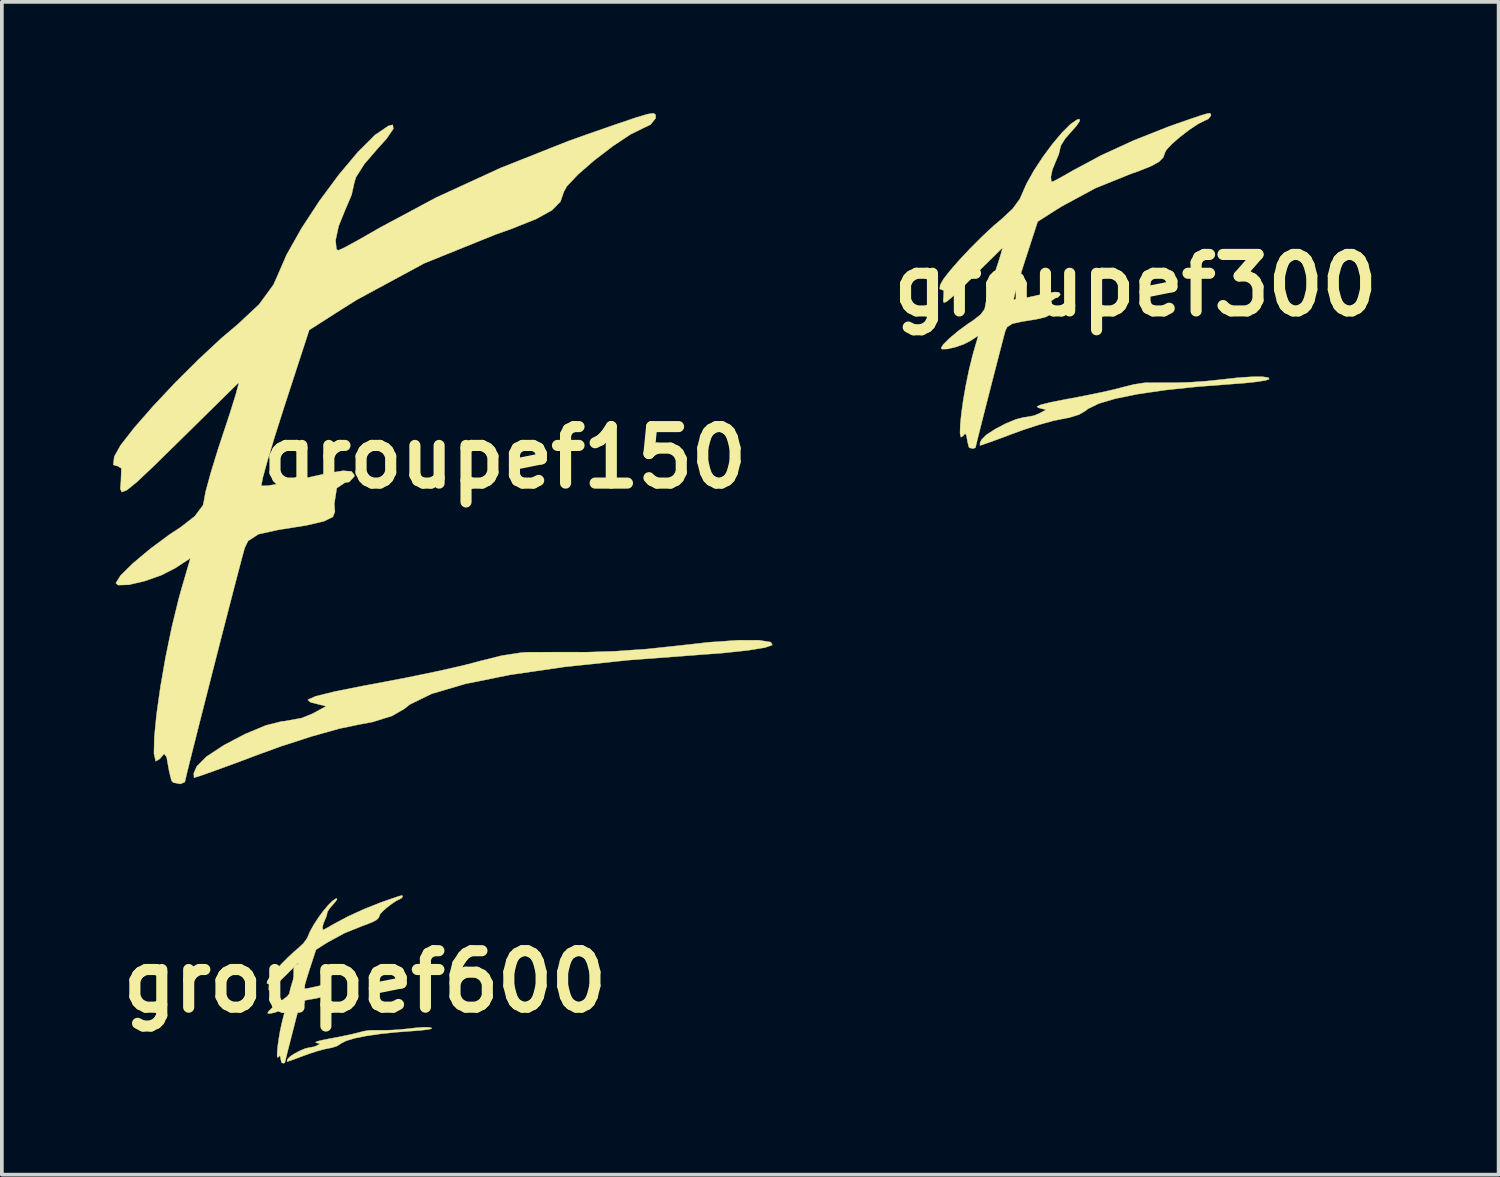
<source format=kicad_pcb>
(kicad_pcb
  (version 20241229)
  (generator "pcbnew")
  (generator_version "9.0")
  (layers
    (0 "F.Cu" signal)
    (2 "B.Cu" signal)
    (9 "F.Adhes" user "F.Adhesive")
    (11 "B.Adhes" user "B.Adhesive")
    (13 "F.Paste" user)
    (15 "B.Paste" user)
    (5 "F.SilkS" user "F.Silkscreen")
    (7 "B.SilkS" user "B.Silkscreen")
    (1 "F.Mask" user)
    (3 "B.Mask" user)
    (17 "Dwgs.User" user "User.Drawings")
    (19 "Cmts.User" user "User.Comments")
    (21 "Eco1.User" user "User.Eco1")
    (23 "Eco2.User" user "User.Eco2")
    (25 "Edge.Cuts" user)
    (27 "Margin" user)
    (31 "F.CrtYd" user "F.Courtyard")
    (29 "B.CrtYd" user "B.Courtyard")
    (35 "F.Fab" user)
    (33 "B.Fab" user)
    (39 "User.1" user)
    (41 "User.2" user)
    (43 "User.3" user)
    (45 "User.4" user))
  (footprint "groupef600"
    (layer "F.Cu")
    (at 6.793 23.429)
    (property "Reference" "groupef600" (at 0 0 0) (layer "F.SilkS") (effects (font (size 1.524 1.524) (thickness 0.3))))
    (attr through_hole)
    (fp_poly (pts (xy 1.792 1.245) (xy 1.803 1.264) (xy 1.754 1.282) (xy 1.639 1.3) (xy 1.476 1.318) (xy 1.324 1.329) (xy 0.832 1.366) (xy 0.4 1.412) (xy 0.031 1.466) (xy -0.268 1.526) (xy -0.495 1.593) (xy -0.643 1.665) (xy -0.678 1.694) (xy -0.762 1.742) (xy -0.895 1.784) (xy -0.98 1.799) (xy -1.117 1.828) (xy -1.304 1.88) (xy -1.511 1.948) (xy -1.641 1.995) (xy -1.818 2.061) (xy -1.965 2.115) (xy -2.064 2.149) (xy -2.097 2.159) (xy -2.099 2.128) (xy -2.079 2.083) (xy -2.014 2.017) (xy -1.896 1.94) (xy -1.753 1.865) (xy -1.612 1.806) (xy -1.502 1.779) (xy -1.489 1.778) (xy -1.372 1.757) (xy -1.299 1.728) (xy -1.206 1.677) (xy -1.312 1.65) (xy -1.331 1.634) (xy -1.277 1.61) (xy -1.147 1.578) (xy -0.938 1.536) (xy -0.889 1.527) (xy -0.667 1.485) (xy -0.456 1.441) (xy -0.282 1.402) (xy -0.169 1.373) (xy -0.023 1.336) (xy 0.113 1.315) (xy 0.148 1.313) (xy 0.259 1.313) (xy 0.416 1.312) (xy 0.55 1.312) (xy 0.741 1.306) (xy 0.963 1.291) (xy 1.143 1.272) (xy 1.376 1.246) (xy 1.57 1.232) (xy 1.712 1.232) (xy 1.792 1.245)) (stroke (width 0.01) (type solid)) (fill yes) (layer "F.SilkS"))
    (fp_poly (pts (xy 1.015 -2.313) (xy 1.016 -2.292) (xy 1.016 -2.289) (xy 0.981 -2.245) (xy 0.938 -2.225) (xy 0.847 -2.18) (xy 0.728 -2.101) (xy 0.602 -2.005) (xy 0.491 -1.908) (xy 0.417 -1.829) (xy 0.397 -1.793) (xy 0.374 -1.726) (xy 0.317 -1.668) (xy 0.212 -1.61) (xy 0.046 -1.543) (xy -0.064 -1.504) (xy -0.545 -1.31) (xy -0.998 -1.065) (xy -1.094 -1.005) (xy -1.32 -0.86) (xy -1.489 -0.342) (xy -1.551 -0.147) (xy -1.601 0.017) (xy -1.633 0.134) (xy -1.644 0.189) (xy -1.644 0.191) (xy -1.598 0.19) (xy -1.494 0.172) (xy -1.375 0.146) (xy -1.2 0.107) (xy -1.092 0.089) (xy -1.036 0.093) (xy -1.017 0.117) (xy -1.016 0.127) (xy -1.05 0.165) (xy -1.079 0.169) (xy -1.135 0.206) (xy -1.151 0.312) (xy -1.147 0.366) (xy -1.161 0.4) (xy -1.221 0.429) (xy -1.339 0.457) (xy -1.528 0.488) (xy -1.531 0.488) (xy -1.663 0.517) (xy -1.733 0.563) (xy -1.755 0.607) (xy -1.774 0.677) (xy -1.808 0.807) (xy -1.854 0.982) (xy -1.907 1.188) (xy -1.963 1.408) (xy -2.019 1.627) (xy -2.071 1.83) (xy -2.114 2.001) (xy -2.144 2.124) (xy -2.158 2.184) (xy -2.159 2.188) (xy -2.189 2.201) (xy -2.237 2.192) (xy -2.249 2.18) (xy -2.263 2.124) (xy -2.265 2.117) (xy -2.28 2.036) (xy -2.281 2.021) (xy -2.299 1.998) (xy -2.328 2.032) (xy -2.356 2.048) (xy -2.368 1.995) (xy -2.365 1.886) (xy -2.35 1.732) (xy -2.324 1.549) (xy -2.29 1.348) (xy -2.247 1.144) (xy -2.199 0.948) (xy -2.18 0.879) (xy -2.122 0.679) (xy -2.224 0.746) (xy -2.319 0.794) (xy -2.433 0.834) (xy -2.539 0.858) (xy -2.61 0.86) (xy -2.625 0.847) (xy -2.593 0.796) (xy -2.509 0.713) (xy -2.394 0.616) (xy -2.264 0.52) (xy -2.188 0.471) (xy -2.092 0.395) (xy -2.037 0.322) (xy -2.032 0.301) (xy -2.019 0.23) (xy -1.984 0.101) (xy -1.933 -0.062) (xy -1.905 -0.147) (xy -1.853 -0.306) (xy -1.815 -0.428) (xy -1.797 -0.496) (xy -1.797 -0.504) (xy -1.833 -0.469) (xy -1.917 -0.387) (xy -2.037 -0.268) (xy -2.182 -0.125) (xy -2.213 -0.095) (xy -2.373 0.062) (xy -2.483 0.165) (xy -2.55 0.22) (xy -2.585 0.233) (xy -2.595 0.21) (xy -2.59 0.163) (xy -2.587 0.073) (xy -2.613 0.057) (xy -2.615 0.058) (xy -2.642 0.049) (xy -2.635 -0.007) (xy -2.593 -0.082) (xy -2.502 -0.199) (xy -2.375 -0.345) (xy -2.225 -0.503) (xy -2.067 -0.662) (xy -1.913 -0.804) (xy -1.801 -0.9) (xy -1.658 -1.033) (xy -1.562 -1.165) (xy -1.541 -1.211) (xy -1.473 -1.368) (xy -1.372 -1.546) (xy -1.251 -1.731) (xy -1.121 -1.907) (xy -0.992 -2.06) (xy -0.877 -2.175) (xy -0.786 -2.237) (xy -0.757 -2.244) (xy -0.753 -2.217) (xy -0.8 -2.149) (xy -0.859 -2.083) (xy -0.948 -1.98) (xy -1.005 -1.891) (xy -1.016 -1.855) (xy -1.035 -1.771) (xy -1.079 -1.666) (xy -1.122 -1.561) (xy -1.143 -1.465) (xy -1.137 -1.405) (xy -1.124 -1.397) (xy -1.081 -1.417) (xy -0.985 -1.469) (xy -0.856 -1.543) (xy -0.843 -1.551) (xy -0.464 -1.754) (xy -0.031 -1.952) (xy 0.426 -2.134) (xy 0.552 -2.179) (xy 0.751 -2.248) (xy 0.883 -2.292) (xy 0.961 -2.316) (xy 1.001 -2.322) (xy 1.015 -2.313)) (stroke (width 0.01) (type solid)) (fill yes) (layer "F.SilkS")))
  (footprint "groupef300"
    (layer "F.Cu")
    (at 27.582 4.648)
    (property "Reference" "groupef300" (at 0 0 0) (layer "F.SilkS") (effects (font (size 1.524 1.524) (thickness 0.3))))
    (attr through_hole)
    (fp_poly (pts (xy 3.584 2.489) (xy 3.606 2.528) (xy 3.508 2.563) (xy 3.277 2.6) (xy 2.951 2.635) (xy 2.648 2.658) (xy 1.665 2.733) (xy 0.8 2.824) (xy 0.063 2.932) (xy -0.537 3.053) (xy -0.99 3.187) (xy -1.286 3.331) (xy -1.356 3.388) (xy -1.524 3.485) (xy -1.789 3.567) (xy -1.959 3.599) (xy -2.234 3.656) (xy -2.607 3.76) (xy -3.022 3.895) (xy -3.282 3.989) (xy -3.637 4.122) (xy -3.93 4.229) (xy -4.128 4.298) (xy -4.195 4.318) (xy -4.198 4.257) (xy -4.158 4.166) (xy -4.028 4.034) (xy -3.792 3.879) (xy -3.506 3.729) (xy -3.224 3.612) (xy -3.003 3.557) (xy -2.978 3.556) (xy -2.744 3.515) (xy -2.598 3.455) (xy -2.413 3.355) (xy -2.625 3.301) (xy -2.661 3.267) (xy -2.554 3.219) (xy -2.294 3.155) (xy -1.876 3.072) (xy -1.778 3.055) (xy -1.334 2.97) (xy -0.912 2.883) (xy -0.563 2.804) (xy -0.339 2.745) (xy -0.046 2.672) (xy 0.226 2.63) (xy 0.296 2.626) (xy 0.518 2.625) (xy 0.832 2.625) (xy 1.101 2.625) (xy 1.482 2.613) (xy 1.927 2.581) (xy 2.286 2.543) (xy 2.752 2.491) (xy 3.14 2.465) (xy 3.425 2.464) (xy 3.584 2.489)) (stroke (width 0.01) (type solid)) (fill yes) (layer "F.SilkS"))
    (fp_poly (pts (xy 2.029 -4.626) (xy 2.032 -4.585) (xy 2.032 -4.578) (xy 1.963 -4.49) (xy 1.876 -4.449) (xy 1.693 -4.359) (xy 1.455 -4.201) (xy 1.204 -4.009) (xy 0.983 -3.817) (xy 0.833 -3.658) (xy 0.794 -3.585) (xy 0.747 -3.451) (xy 0.633 -3.335) (xy 0.424 -3.219) (xy 0.092 -3.086) (xy -0.127 -3.009) (xy -1.089 -2.62) (xy -1.995 -2.13) (xy -2.188 -2.009) (xy -2.641 -1.72) (xy -2.978 -0.684) (xy -3.103 -0.293) (xy -3.202 0.034) (xy -3.266 0.268) (xy -3.288 0.378) (xy -3.287 0.382) (xy -3.196 0.379) (xy -2.989 0.343) (xy -2.751 0.291) (xy -2.401 0.213) (xy -2.184 0.179) (xy -2.072 0.186) (xy -2.033 0.234) (xy -2.032 0.254) (xy -2.101 0.329) (xy -2.159 0.339) (xy -2.269 0.413) (xy -2.303 0.623) (xy -2.295 0.731) (xy -2.322 0.801) (xy -2.441 0.859) (xy -2.677 0.914) (xy -3.056 0.975) (xy -3.062 0.976) (xy -3.326 1.034) (xy -3.465 1.125) (xy -3.51 1.215) (xy -3.548 1.353) (xy -3.616 1.613) (xy -3.707 1.965) (xy -3.813 2.376) (xy -3.926 2.816) (xy -4.038 3.254) (xy -4.141 3.66) (xy -4.227 4.001) (xy -4.288 4.248) (xy -4.317 4.369) (xy -4.318 4.376) (xy -4.377 4.403) (xy -4.474 4.384) (xy -4.498 4.36) (xy -4.526 4.248) (xy -4.53 4.233) (xy -4.559 4.071) (xy -4.563 4.043) (xy -4.598 3.995) (xy -4.657 4.064) (xy -4.712 4.097) (xy -4.735 3.991) (xy -4.73 3.771) (xy -4.7 3.465) (xy -4.649 3.098) (xy -4.579 2.697) (xy -4.495 2.288) (xy -4.399 1.897) (xy -4.36 1.758) (xy -4.243 1.357) (xy -4.448 1.491) (xy -4.639 1.589) (xy -4.866 1.668) (xy -5.077 1.716) (xy -5.219 1.72) (xy -5.249 1.693) (xy -5.185 1.591) (xy -5.019 1.427) (xy -4.787 1.232) (xy -4.528 1.041) (xy -4.377 0.942) (xy -4.184 0.791) (xy -4.074 0.644) (xy -4.064 0.602) (xy -4.038 0.46) (xy -3.968 0.203) (xy -3.867 -0.125) (xy -3.811 -0.294) (xy -3.706 -0.613) (xy -3.63 -0.857) (xy -3.594 -0.992) (xy -3.595 -1.008) (xy -3.665 -0.939) (xy -3.833 -0.774) (xy -4.074 -0.537) (xy -4.365 -0.25) (xy -4.426 -0.19) (xy -4.746 0.124) (xy -4.965 0.33) (xy -5.1 0.44) (xy -5.169 0.466) (xy -5.19 0.421) (xy -5.181 0.327) (xy -5.174 0.146) (xy -5.227 0.113) (xy -5.23 0.115) (xy -5.284 0.099) (xy -5.27 -0.014) (xy -5.186 -0.164) (xy -5.004 -0.398) (xy -4.75 -0.689) (xy -4.451 -1.007) (xy -4.134 -1.323) (xy -3.827 -1.609) (xy -3.602 -1.799) (xy -3.317 -2.066) (xy -3.124 -2.329) (xy -3.082 -2.423) (xy -2.945 -2.736) (xy -2.745 -3.093) (xy -2.503 -3.462) (xy -2.242 -3.815) (xy -1.984 -4.121) (xy -1.754 -4.35) (xy -1.572 -4.474) (xy -1.514 -4.487) (xy -1.506 -4.435) (xy -1.599 -4.298) (xy -1.718 -4.166) (xy -1.897 -3.96) (xy -2.01 -3.782) (xy -2.032 -3.71) (xy -2.07 -3.542) (xy -2.158 -3.333) (xy -2.244 -3.123) (xy -2.285 -2.929) (xy -2.274 -2.809) (xy -2.248 -2.794) (xy -2.162 -2.834) (xy -1.97 -2.938) (xy -1.712 -3.086) (xy -1.686 -3.101) (xy -0.928 -3.507) (xy -0.062 -3.905) (xy 0.851 -4.267) (xy 1.104 -4.358) (xy 1.501 -4.496) (xy 1.765 -4.585) (xy 1.923 -4.632) (xy 2.002 -4.643) (xy 2.029 -4.626)) (stroke (width 0.01) (type solid)) (fill yes) (layer "F.SilkS")))
  (footprint "groupef150"
    (layer "F.Cu")
    (at 10.573 9.292)
    (property "Reference" "groupef150" (at 0 0 0) (layer "F.SilkS") (effects (font (size 1.524 1.524) (thickness 0.3))))
    (attr through_hole)
    (fp_poly (pts (xy 7.168 4.979) (xy 7.211 5.057) (xy 7.015 5.126) (xy 6.554 5.201) (xy 5.902 5.271) (xy 5.296 5.317) (xy 3.329 5.465) (xy 1.599 5.648) (xy 0.125 5.863) (xy -1.074 6.106) (xy -1.979 6.373) (xy -2.572 6.662) (xy -2.711 6.775) (xy -3.048 6.97) (xy -3.578 7.135) (xy -3.919 7.198) (xy -4.468 7.312) (xy -5.214 7.521) (xy -6.044 7.79) (xy -6.563 7.978) (xy -7.273 8.244) (xy -7.86 8.458) (xy -8.256 8.597) (xy -8.39 8.636) (xy -8.395 8.513) (xy -8.315 8.331) (xy -8.055 8.069) (xy -7.584 7.759) (xy -7.011 7.458) (xy -6.449 7.224) (xy -6.007 7.114) (xy -5.955 7.112) (xy -5.489 7.029) (xy -5.196 6.911) (xy -4.826 6.709) (xy -5.249 6.602) (xy -5.323 6.535) (xy -5.108 6.439) (xy -4.589 6.311) (xy -3.752 6.145) (xy -3.556 6.109) (xy -2.667 5.94) (xy -1.825 5.766) (xy -1.126 5.608) (xy -0.677 5.49) (xy -0.093 5.344) (xy 0.452 5.26) (xy 0.593 5.252) (xy 1.035 5.25) (xy 1.664 5.249) (xy 2.201 5.25) (xy 2.965 5.226) (xy 3.854 5.163) (xy 4.572 5.086) (xy 5.505 4.982) (xy 6.28 4.929) (xy 6.849 4.928) (xy 7.168 4.979)) (stroke (width 0.01) (type solid)) (fill yes) (layer "F.SilkS"))
    (fp_poly (pts (xy 4.059 -9.251) (xy 4.064 -9.17) (xy 4.064 -9.155) (xy 3.925 -8.98) (xy 3.752 -8.898) (xy 3.386 -8.718) (xy 2.91 -8.402) (xy 2.409 -8.018) (xy 1.966 -7.633) (xy 1.666 -7.315) (xy 1.587 -7.17) (xy 1.495 -6.903) (xy 1.267 -6.671) (xy 0.848 -6.439) (xy 0.185 -6.173) (xy -0.254 -6.017) (xy -2.178 -5.24) (xy -3.991 -4.26) (xy -4.376 -4.019) (xy -5.282 -3.44) (xy -5.957 -1.367) (xy -6.205 -0.587) (xy -6.403 0.068) (xy -6.533 0.537) (xy -6.576 0.756) (xy -6.574 0.764) (xy -6.393 0.758) (xy -5.978 0.686) (xy -5.502 0.583) (xy -4.802 0.426) (xy -4.369 0.357) (xy -4.143 0.373) (xy -4.067 0.469) (xy -4.064 0.508) (xy -4.201 0.658) (xy -4.318 0.677) (xy -4.539 0.825) (xy -4.605 1.247) (xy -4.589 1.463) (xy -4.644 1.601) (xy -4.882 1.718) (xy -5.354 1.829) (xy -6.112 1.95) (xy -6.123 1.952) (xy -6.652 2.068) (xy -6.931 2.25) (xy -7.02 2.43) (xy -7.096 2.706) (xy -7.233 3.227) (xy -7.415 3.929) (xy -7.627 4.752) (xy -7.853 5.632) (xy -8.076 6.509) (xy -8.282 7.32) (xy -8.454 8.003) (xy -8.577 8.496) (xy -8.634 8.738) (xy -8.636 8.752) (xy -8.755 8.805) (xy -8.948 8.768) (xy -8.996 8.721) (xy -9.052 8.495) (xy -9.059 8.467) (xy -9.118 8.142) (xy -9.125 8.086) (xy -9.196 7.991) (xy -9.313 8.128) (xy -9.423 8.194) (xy -9.47 7.981) (xy -9.46 7.542) (xy -9.4 6.929) (xy -9.297 6.196) (xy -9.158 5.393) (xy -8.989 4.575) (xy -8.798 3.793) (xy -8.72 3.516) (xy -8.486 2.714) (xy -8.896 2.983) (xy -9.278 3.177) (xy -9.733 3.336) (xy -10.154 3.433) (xy -10.438 3.441) (xy -10.499 3.386) (xy -10.371 3.182) (xy -10.038 2.853) (xy -9.574 2.465) (xy -9.056 2.081) (xy -8.754 1.883) (xy -8.368 1.582) (xy -8.148 1.288) (xy -8.128 1.203) (xy -8.076 0.92) (xy -7.936 0.406) (xy -7.734 -0.249) (xy -7.622 -0.587) (xy -7.411 -1.226) (xy -7.26 -1.713) (xy -7.187 -1.984) (xy -7.189 -2.016) (xy -7.331 -1.878) (xy -7.666 -1.548) (xy -8.148 -1.074) (xy -8.73 -0.501) (xy -8.852 -0.381) (xy -9.493 0.247) (xy -9.93 0.659) (xy -10.201 0.879) (xy -10.338 0.932) (xy -10.379 0.841) (xy -10.362 0.654) (xy -10.349 0.291) (xy -10.454 0.226) (xy -10.46 0.23) (xy -10.568 0.197) (xy -10.54 -0.028) (xy -10.373 -0.327) (xy -10.008 -0.797) (xy -9.5 -1.378) (xy -8.902 -2.014) (xy -8.268 -2.646) (xy -7.653 -3.218) (xy -7.203 -3.599) (xy -6.633 -4.132) (xy -6.248 -4.659) (xy -6.164 -4.845) (xy -5.891 -5.472) (xy -5.489 -6.185) (xy -5.005 -6.924) (xy -4.483 -7.629) (xy -3.969 -8.241) (xy -3.507 -8.701) (xy -3.143 -8.948) (xy -3.029 -8.975) (xy -3.012 -8.869) (xy -3.198 -8.597) (xy -3.437 -8.333) (xy -3.793 -7.92) (xy -4.02 -7.564) (xy -4.064 -7.421) (xy -4.139 -7.085) (xy -4.317 -6.666) (xy -4.488 -6.245) (xy -4.571 -5.858) (xy -4.547 -5.618) (xy -4.496 -5.588) (xy -4.324 -5.667) (xy -3.94 -5.877) (xy -3.425 -6.172) (xy -3.373 -6.202) (xy -1.856 -7.014) (xy -0.124 -7.81) (xy 1.702 -8.534) (xy 2.209 -8.715) (xy 3.002 -8.991) (xy 3.53 -9.17) (xy 3.846 -9.264) (xy 4.004 -9.287) (xy 4.059 -9.251)) (stroke (width 0.01) (type solid)) (fill yes) (layer "F.SilkS")))
  (gr_rect
    (start -3 -3)
    (end 37.375 28.636)
    (stroke (width 0.1) (type default))
    (fill no)
    (layer "Edge.Cuts")))
</source>
